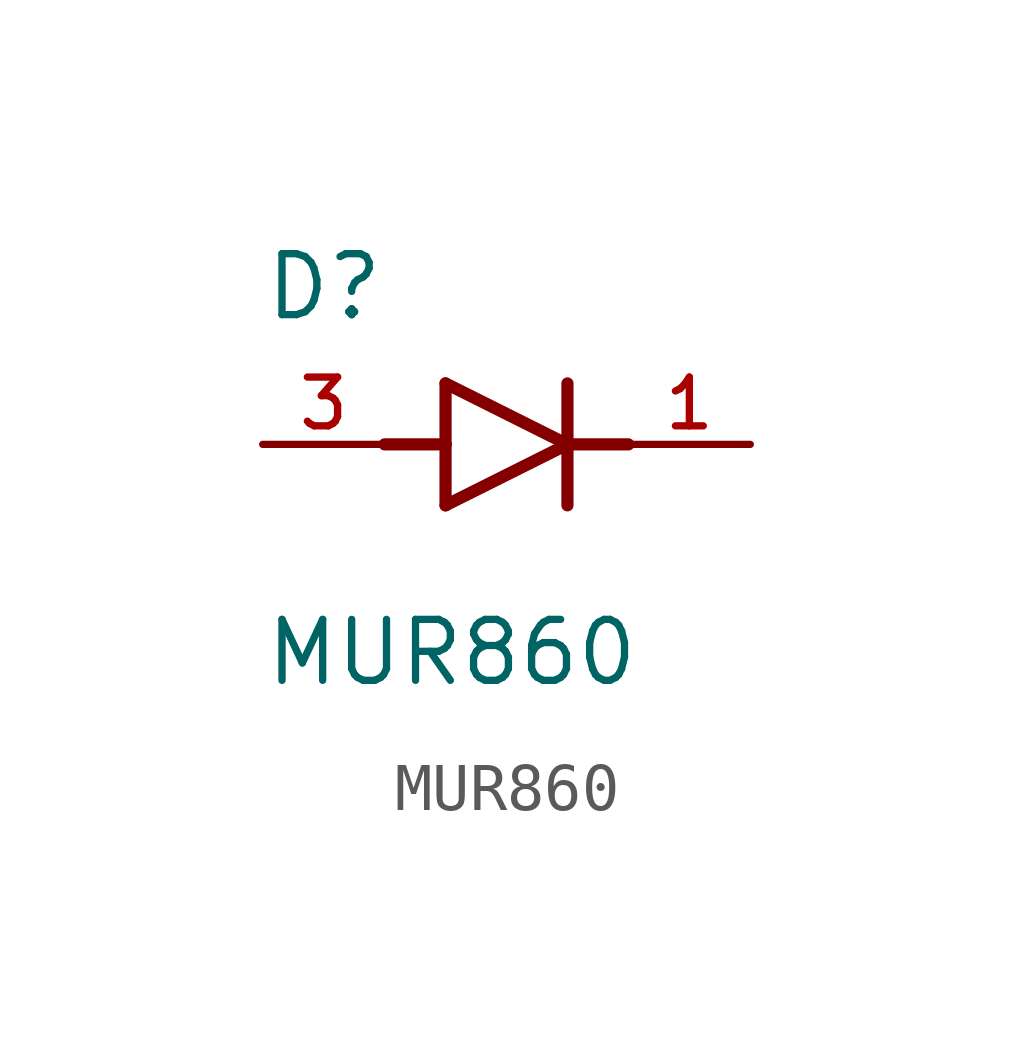
<source format=kicad_sym>
(kicad_symbol_lib
  (version 20211014)
  (generator kicad_symbol_editor)
  (symbol "MUR860"
    (pin_names
      (offset 1.016))
    (property "Reference" "D"
      (at -5.08 2.54 0)
      (effects (font (size 1.27 1.27)) (justify bottom left)))
    (property "Value" "MUR860"
      (at -5.08 -5.08 0)
      (effects (font (size 1.27 1.27)) (justify bottom left)))
    (symbol "MUR860_0_0"
      (polyline (pts (xy -1.27 -1.27) (xy 1.27 0.0)) (stroke (width 0.254)))
      (polyline (pts (xy 1.27 0.0) (xy -1.27 1.27)) (stroke (width 0.254)))
      (polyline (pts (xy 1.27 1.27) (xy 1.27 0.0)) (stroke (width 0.254)))
      (polyline (pts (xy -1.27 1.27) (xy -1.27 0.0)) (stroke (width 0.254)))
      (polyline (pts (xy -1.27 0.0) (xy -1.27 -1.27)) (stroke (width 0.254)))
      (polyline (pts (xy 1.27 0.0) (xy 1.27 -1.27)) (stroke (width 0.254)))
      (polyline (pts (xy -2.54 0.0) (xy -1.27 0.0)) (stroke (width 0.254)))
      (polyline (pts (xy 1.27 0.0) (xy 2.54 0.0)) (stroke (width 0.254)))
      (pin passive line (at -5.08 0.0 0) (length 2.54) (name "~" (effects (font (size 1.016 1.016)))) (number "3" (effects (font (size 1.016 1.016)))))
      (pin passive line (at 5.08 0.0 180.0) (length 2.54) (name "~" (effects (font (size 1.016 1.016)))) (number "1" (effects (font (size 1.016 1.016))))))))
</source>
